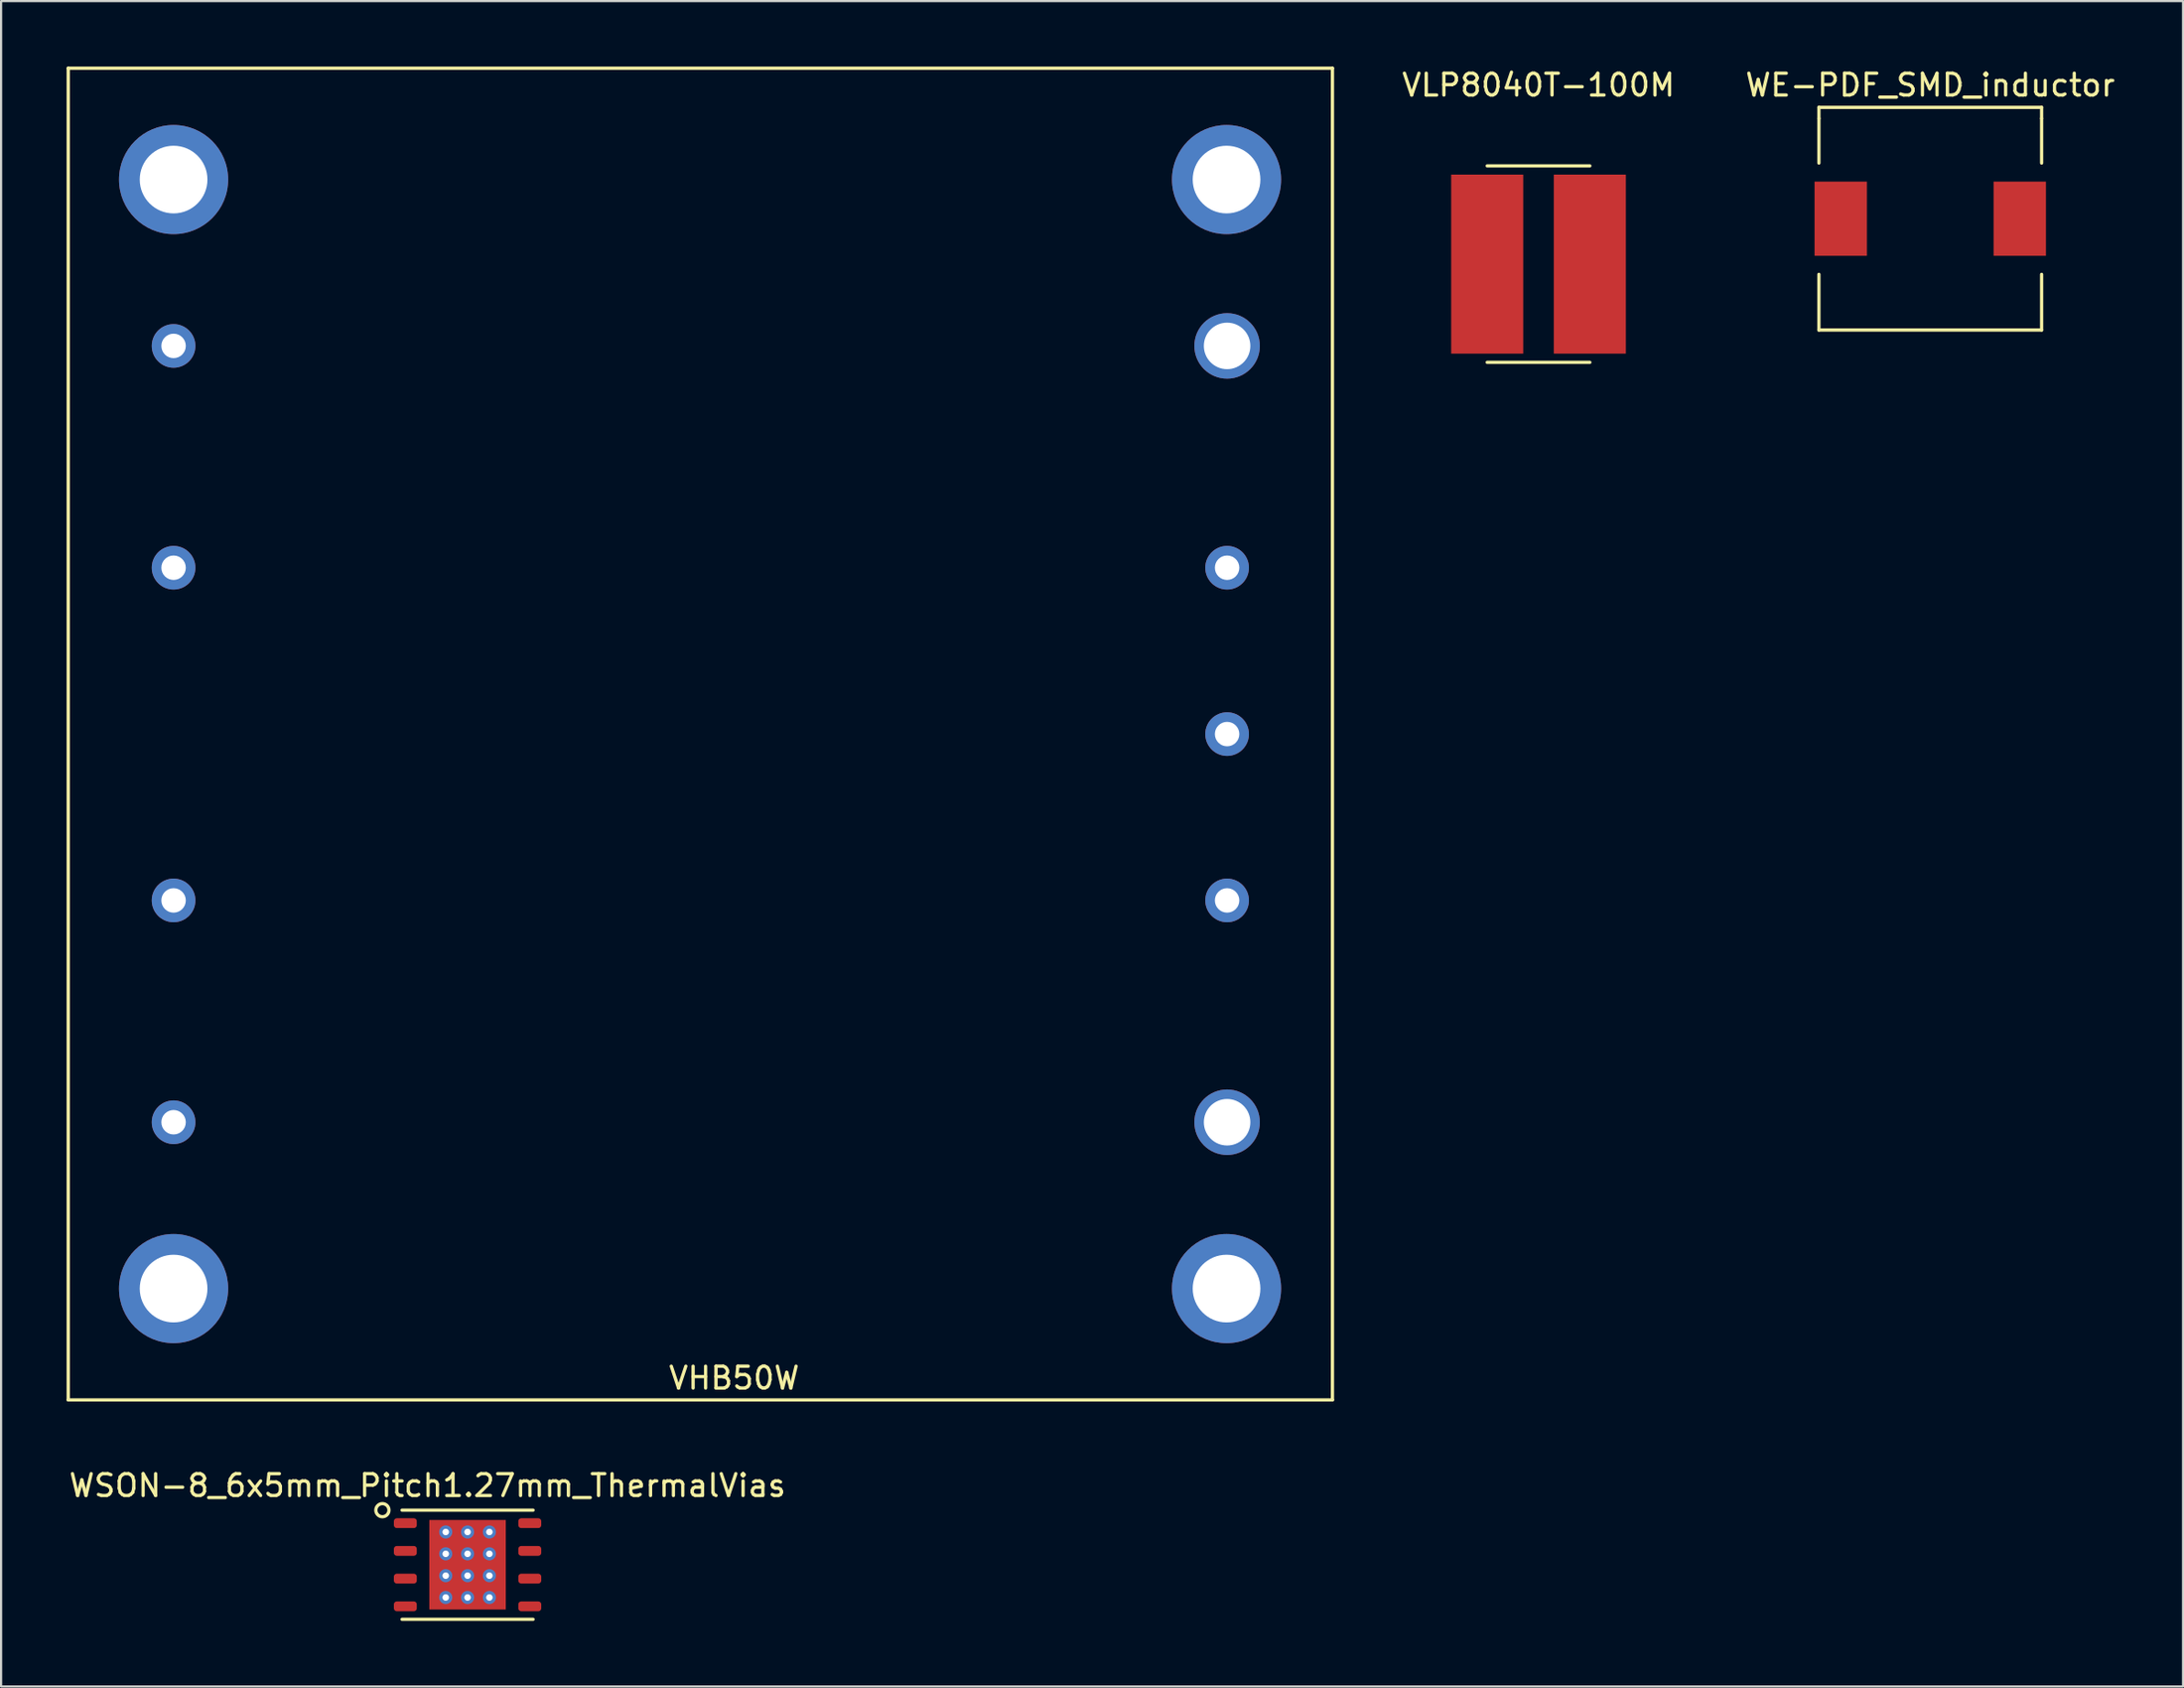
<source format=kicad_pcb>
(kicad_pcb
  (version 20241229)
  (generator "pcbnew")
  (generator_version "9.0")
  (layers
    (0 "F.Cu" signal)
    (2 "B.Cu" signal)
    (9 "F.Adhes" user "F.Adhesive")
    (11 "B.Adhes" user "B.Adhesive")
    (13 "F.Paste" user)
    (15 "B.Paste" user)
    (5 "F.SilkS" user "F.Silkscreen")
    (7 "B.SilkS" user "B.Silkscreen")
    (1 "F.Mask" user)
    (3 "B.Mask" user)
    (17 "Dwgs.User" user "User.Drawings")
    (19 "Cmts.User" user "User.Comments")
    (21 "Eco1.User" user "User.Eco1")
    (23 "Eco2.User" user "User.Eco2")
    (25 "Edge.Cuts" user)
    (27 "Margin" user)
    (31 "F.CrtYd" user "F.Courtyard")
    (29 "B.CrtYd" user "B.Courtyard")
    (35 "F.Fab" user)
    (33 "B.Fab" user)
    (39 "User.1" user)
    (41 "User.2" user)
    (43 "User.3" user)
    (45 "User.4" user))
  (footprint "VHB50W"
    (layer "F.Cu")
    (at 29.025 30.575)
    (property "Reference" "VHB50W" (at 1.55 29.5 0) (layer "F.SilkS") (effects (font (size 1 1) (thickness 0.15))))
    (attr smd)
    (fp_line (start -28.95 -30.5) (end -28.95 30.5) (stroke (width 0.15) (type solid)) (layer "F.SilkS"))
    (fp_line (start -28.95 -30.5) (end 28.95 -30.5) (stroke (width 0.15) (type solid)) (layer "F.SilkS"))
    (fp_line (start -28.95 30.5) (end 28.95 30.5) (stroke (width 0.15) (type solid)) (layer "F.SilkS"))
    (fp_line (start 28.95 -30.5) (end 28.95 30.5) (stroke (width 0.15) (type solid)) (layer "F.SilkS"))
    (pad "1" thru_hole circle (at -24.125 -17.78) (size 2 2) (drill 1.12) (layers "*.Cu" "*.Mask"))
    (pad "2" thru_hole circle (at -24.125 -7.62) (size 2 2) (drill 1.12) (layers "*.Cu" "*.Mask"))
    (pad "3" thru_hole circle (at -24.125 7.62) (size 2 2) (drill 1.12) (layers "*.Cu" "*.Mask"))
    (pad "4" thru_hole circle (at -24.125 17.78) (size 2 2) (drill 1.12) (layers "*.Cu" "*.Mask"))
    (pad "5" thru_hole circle (at 24.125 17.78) (size 3 3) (drill 2.13) (layers "*.Cu" "*.Mask"))
    (pad "6" thru_hole circle (at 24.125 7.62) (size 2 2) (drill 1.12) (layers "*.Cu" "*.Mask"))
    (pad "7" thru_hole circle (at 24.125 0) (size 2 2) (drill 1.12) (layers "*.Cu" "*.Mask"))
    (pad "8" thru_hole circle (at 24.125 -7.62) (size 2 2) (drill 1.12) (layers "*.Cu" "*.Mask"))
    (pad "9" thru_hole circle (at 24.125 -17.78) (size 3 3) (drill 2.13) (layers "*.Cu" "*.Mask"))
    (pad "10" thru_hole circle (at -24.125 -25.4) (size 5 5) (drill 3.1) (layers "*.Cu" "*.Mask"))
    (pad "10" thru_hole circle (at -24.125 25.4) (size 5 5) (drill 3.1) (layers "*.Cu" "*.Mask"))
    (pad "10" thru_hole circle (at 24.1 -25.4) (size 5 5) (drill 3.1) (layers "*.Cu" "*.Mask"))
    (pad "10" thru_hole circle (at 24.1 25.4) (size 5 5) (drill 3.1) (layers "*.Cu" "*.Mask")))
  (footprint "VLP8040T-100M"
    (layer "F.Cu")
    (at 67.413 9.048)
    (property "Reference" "VLP8040T-100M" (at 0 -8.2 0) (layer "F.SilkS") (effects (font (size 1 1) (thickness 0.15))))
    (attr through_hole)
    (fp_line (start -2.35 -4.5) (end 2.35 -4.5) (stroke (width 0.15) (type solid)) (layer "F.SilkS"))
    (fp_line (start -2.35 4.5) (end 2.35 4.5) (stroke (width 0.15) (type solid)) (layer "F.SilkS"))
    (pad "1" smd rect (at 2.35 0) (size 3.3 8.2) (layers "F.Cu" "F.Mask" "F.Paste"))
    (pad "2" smd rect (at -2.35 0) (size 3.3 8.2) (layers "F.Cu" "F.Mask" "F.Paste")))
  (footprint "WSON-8_6x5mm_Pitch1.27mm_ThermalVias"
    (layer "F.Cu")
    (at 18.364 68.625)
    (property "Reference" "WSON-8_6x5mm_Pitch1.27mm_ThermalVias" (at -1.834 -3.627 180) (layer "F.SilkS") (effects (font (size 1 1) (thickness 0.15))))
    (attr through_hole)
    (fp_line (start 3 -2.5) (end -3 -2.5) (stroke (width 0.15) (type solid)) (layer "F.SilkS"))
    (fp_line (start 3 2.5) (end -3 2.5) (stroke (width 0.15) (type solid)) (layer "F.SilkS"))
    (fp_circle (center -3.9 -2.5) (end -3.6 -2.5) (stroke (width 0.15) (type solid)) (fill no) (layer "F.SilkS"))
    (pad "1" smd roundrect (at -2.85 -1.905) (size 1.05 0.45) (layers "F.Cu" "F.Mask" "F.Paste") (roundrect_rratio 0.3))
    (pad "2" smd roundrect (at -2.85 -0.635) (size 1.05 0.45) (layers "F.Cu" "F.Mask" "F.Paste") (roundrect_rratio 0.3))
    (pad "3" smd roundrect (at -2.85 0.635) (size 1.05 0.45) (layers "F.Cu" "F.Mask" "F.Paste") (roundrect_rratio 0.3))
    (pad "4" smd roundrect (at -2.85 1.905) (size 1.05 0.45) (layers "F.Cu" "F.Mask" "F.Paste") (roundrect_rratio 0.3))
    (pad "5" smd roundrect (at 2.85 1.905) (size 1.05 0.45) (layers "F.Cu" "F.Mask" "F.Paste") (roundrect_rratio 0.3))
    (pad "6" smd roundrect (at 2.85 0.635) (size 1.05 0.45) (layers "F.Cu" "F.Mask" "F.Paste") (roundrect_rratio 0.3))
    (pad "7" smd roundrect (at 2.85 -0.635) (size 1.05 0.45) (layers "F.Cu" "F.Mask" "F.Paste") (roundrect_rratio 0.3))
    (pad "8" smd roundrect (at 2.85 -1.905) (size 1.05 0.45) (layers "F.Cu" "F.Mask" "F.Paste") (roundrect_rratio 0.3))
    (pad "9" thru_hole circle (at -1 -1.5) (size 0.6 0.6) (drill 0.3) (layers "*.Cu" "*.Mask"))
    (pad "9" thru_hole circle (at -1 -0.5) (size 0.6 0.6) (drill 0.3) (layers "*.Cu" "*.Mask"))
    (pad "9" thru_hole circle (at -1 0.5) (size 0.6 0.6) (drill 0.3) (layers "*.Cu" "*.Mask"))
    (pad "9" thru_hole circle (at -1 1.5) (size 0.6 0.6) (drill 0.3) (layers "*.Cu" "*.Mask"))
    (pad "9" thru_hole circle (at 0 -1.5) (size 0.6 0.6) (drill 0.3) (layers "*.Cu" "*.Mask"))
    (pad "9" thru_hole circle (at 0 -0.5) (size 0.6 0.6) (drill 0.3) (layers "*.Cu" "*.Mask"))
    (pad "9" smd rect (at 0 0) (size 3.5 4.1) (layers "F.Cu" "F.Mask" "F.Paste"))
    (pad "9" thru_hole circle (at 0 0.5) (size 0.6 0.6) (drill 0.3) (layers "*.Cu" "*.Mask"))
    (pad "9" thru_hole circle (at 0 1.5) (size 0.6 0.6) (drill 0.3) (layers "*.Cu" "*.Mask"))
    (pad "9" thru_hole circle (at 1 -1.5) (size 0.6 0.6) (drill 0.3) (layers "*.Cu" "*.Mask"))
    (pad "9" thru_hole circle (at 1 -0.5) (size 0.6 0.6) (drill 0.3) (layers "*.Cu" "*.Mask"))
    (pad "9" thru_hole circle (at 1 0.5) (size 0.6 0.6) (drill 0.3) (layers "*.Cu" "*.Mask"))
    (pad "9" thru_hole circle (at 1 1.5) (size 0.6 0.6) (drill 0.3) (layers "*.Cu" "*.Mask")))
  (footprint "WE-PDF_SMD_inductor"
    (layer "F.Cu")
    (at 85.354 6.968)
    (property "Reference" "WE-PDF_SMD_inductor" (at 0 -6.12 0) (layer "F.SilkS") (effects (font (size 1 1) (thickness 0.15))))
    (attr through_hole)
    (fp_line (start -5.1 -5.1) (end -5.1 -4.59) (stroke (width 0.15) (type solid)) (layer "F.SilkS"))
    (fp_line (start -5.1 -5.1) (end 5.1 -5.1) (stroke (width 0.15) (type solid)) (layer "F.SilkS"))
    (fp_line (start -5.1 -4.59) (end -5.1 -2.55) (stroke (width 0.15) (type solid)) (layer "F.SilkS"))
    (fp_line (start -5.1 5.1) (end -5.1 2.55) (stroke (width 0.15) (type solid)) (layer "F.SilkS"))
    (fp_line (start 5.1 -5.1) (end 5.1 -4.59) (stroke (width 0.15) (type solid)) (layer "F.SilkS"))
    (fp_line (start 5.1 -4.59) (end 5.1 -2.55) (stroke (width 0.15) (type solid)) (layer "F.SilkS"))
    (fp_line (start 5.1 5.1) (end -5.1 5.1) (stroke (width 0.15) (type solid)) (layer "F.SilkS"))
    (fp_line (start 5.1 5.1) (end 5.1 2.55) (stroke (width 0.15) (type solid)) (layer "F.SilkS"))
    (pad "1" smd rect (at 4.1 0) (size 2.4 3.4) (layers "F.Cu" "F.Mask" "F.Paste"))
    (pad "2" smd rect (at -4.1 0) (size 2.4 3.4) (layers "F.Cu" "F.Mask" "F.Paste")))
  (gr_rect
    (start -3 -3)
    (end 96.931 74.2)
    (stroke (width 0.1) (type default))
    (fill no)
    (layer "Edge.Cuts")))
</source>
